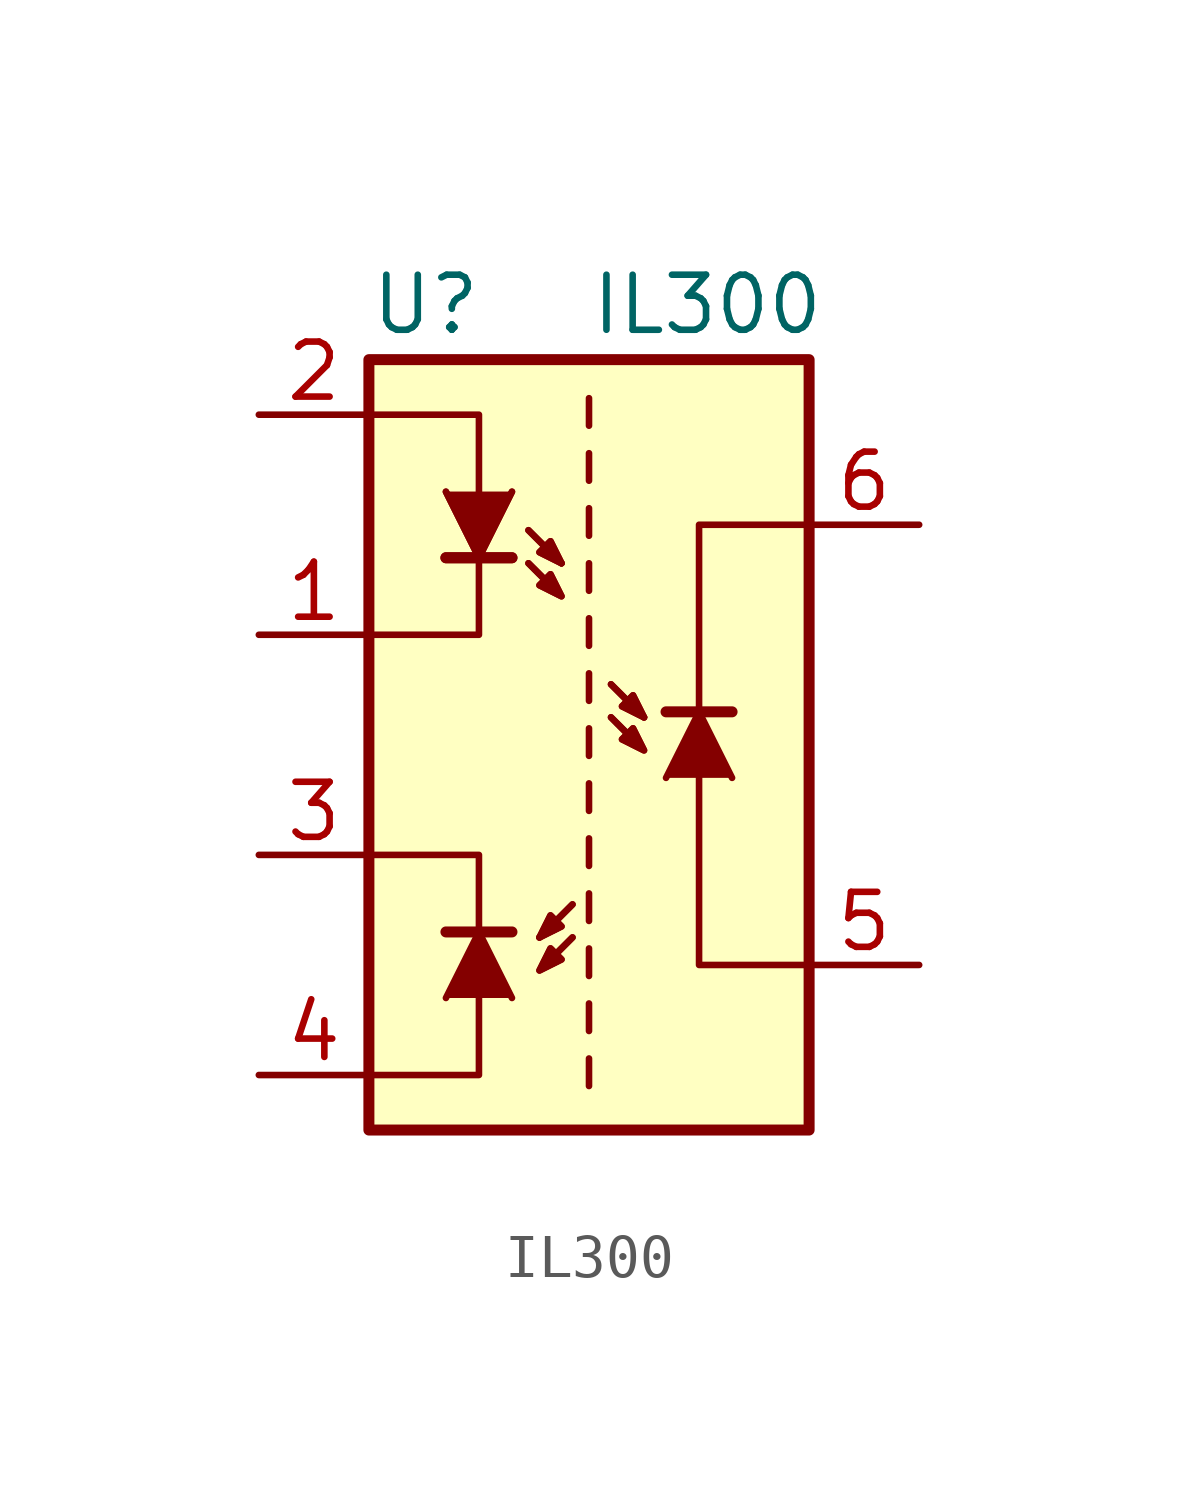
<source format=kicad_sym>
(kicad_symbol_lib
  (version 20220914)
  (generator kicad_symbol_editor)
  (symbol "IL300"
    (pin_names
      (offset 1.016))
    (property "Reference" "U"
      (at -5.08 10.16 0)
      (effects (font (size 1.27 1.27)) (justify left)))
    (property "Value" "IL300"
      (at 0 10.16 0)
      (effects (font (size 1.27 1.27)) (justify left)))
    (symbol "IL300_0_1"
      (rectangle (start -5.08 8.89) (end 5.08 -8.89) (stroke (width 0.254) (type default)) (fill (type background)))
      (polyline (pts (xy -3.302 -4.318) (xy -1.778 -4.318)) (stroke (width 0.254) (type default)) (fill (type none)))
      (polyline (pts (xy -1.778 4.318) (xy -3.302 4.318)) (stroke (width 0.254) (type default)) (fill (type none)))
      (polyline (pts (xy -1.778 4.318) (xy -3.302 4.318)) (stroke (width 0.254) (type default)) (fill (type none)))
      (polyline (pts (xy 0 -7.239) (xy 0 -7.874)) (stroke (width 0) (type default)) (fill (type none)))
      (polyline (pts (xy 0 -5.969) (xy 0 -6.604)) (stroke (width 0) (type default)) (fill (type none)))
      (polyline (pts (xy 0 -4.699) (xy 0 -5.334)) (stroke (width 0) (type default)) (fill (type none)))
      (polyline (pts (xy 0 -3.429) (xy 0 -4.064)) (stroke (width 0) (type default)) (fill (type none)))
      (polyline (pts (xy 0 -2.159) (xy 0 -2.794)) (stroke (width 0) (type default)) (fill (type none)))
      (polyline (pts (xy 0 -0.889) (xy 0 -1.524)) (stroke (width 0) (type default)) (fill (type none)))
      (polyline (pts (xy 0 0.381) (xy 0 -0.254)) (stroke (width 0) (type default)) (fill (type none)))
      (polyline (pts (xy 0 1.651) (xy 0 1.016)) (stroke (width 0) (type default)) (fill (type none)))
      (polyline (pts (xy 0 2.921) (xy 0 2.286)) (stroke (width 0) (type default)) (fill (type none)))
      (polyline (pts (xy 0 4.191) (xy 0 3.556)) (stroke (width 0) (type default)) (fill (type none)))
      (polyline (pts (xy 0 5.461) (xy 0 4.826)) (stroke (width 0) (type default)) (fill (type none)))
      (polyline (pts (xy 0 6.731) (xy 0 6.096)) (stroke (width 0) (type default)) (fill (type none)))
      (polyline (pts (xy 0 8.001) (xy 0 7.366)) (stroke (width 0) (type default)) (fill (type none)))
      (polyline (pts (xy 1.778 0.762) (xy 3.302 0.762)) (stroke (width 0.254) (type default)) (fill (type none)))
      (polyline (pts (xy -3.302 -5.842) (xy -2.54 -4.318) (xy -1.778 -5.842)) (stroke (width 0) (type default)) (fill (type outline)))
      (polyline (pts (xy -1.778 5.842) (xy -2.54 4.318) (xy -3.302 5.842)) (stroke (width 0) (type default)) (fill (type outline)))
      (polyline (pts (xy -1.778 5.842) (xy -2.54 4.318) (xy -3.302 5.842)) (stroke (width 0) (type default)) (fill (type outline)))
      (polyline (pts (xy -1.397 4.953) (xy -0.635 4.191) (xy -0.635 4.191)) (stroke (width 0) (type default)) (fill (type none)))
      (polyline (pts (xy -1.397 4.953) (xy -0.635 4.191) (xy -0.635 4.191)) (stroke (width 0) (type default)) (fill (type none)))
      (polyline (pts (xy -0.381 -3.683) (xy -1.143 -4.445) (xy -1.143 -4.445)) (stroke (width 0) (type default)) (fill (type none)))
      (polyline (pts (xy -0.381 -3.683) (xy -1.143 -4.445) (xy -1.143 -4.445)) (stroke (width 0) (type default)) (fill (type none)))
      (polyline (pts (xy 0.508 1.397) (xy 1.27 0.635) (xy 1.27 0.635)) (stroke (width 0) (type default)) (fill (type none)))
      (polyline (pts (xy 0.508 1.397) (xy 1.27 0.635) (xy 1.27 0.635)) (stroke (width 0) (type default)) (fill (type none)))
      (polyline (pts (xy 1.778 -0.762) (xy 2.54 0.762) (xy 3.302 -0.762)) (stroke (width 0) (type default)) (fill (type outline)))
      (polyline (pts (xy -5.08 -2.54) (xy -2.54 -2.54) (xy -2.54 -7.62) (xy -5.08 -7.62)) (stroke (width 0) (type default)) (fill (type none)))
      (polyline (pts (xy -5.08 7.62) (xy -2.54 7.62) (xy -2.54 2.54) (xy -5.08 2.54)) (stroke (width 0) (type default)) (fill (type none)))
      (polyline (pts (xy 5.08 5.08) (xy 2.54 5.08) (xy 2.54 -5.08) (xy 5.08 -5.08)) (stroke (width 0) (type default)) (fill (type none)))
      (polyline (pts (xy -1.143 -4.445) (xy -0.889 -3.937) (xy -0.635 -4.191) (xy -1.143 -4.445) (xy -1.143 -4.445)) (stroke (width 0) (type default)) (fill (type none)))
      (polyline (pts (xy -1.143 -4.445) (xy -0.889 -3.937) (xy -0.635 -4.191) (xy -1.143 -4.445) (xy -1.143 -4.445)) (stroke (width 0) (type default)) (fill (type none)))
      (polyline (pts (xy -0.635 4.191) (xy -0.889 4.699) (xy -1.143 4.445) (xy -0.635 4.191) (xy -0.635 4.191)) (stroke (width 0) (type default)) (fill (type none)))
      (polyline (pts (xy -0.635 4.191) (xy -0.889 4.699) (xy -1.143 4.445) (xy -0.635 4.191) (xy -0.635 4.191)) (stroke (width 0) (type default)) (fill (type none)))
      (polyline (pts (xy 1.27 0.635) (xy 1.016 1.143) (xy 0.762 0.889) (xy 1.27 0.635) (xy 1.27 0.635)) (stroke (width 0) (type default)) (fill (type none)))
      (polyline (pts (xy 1.27 0.635) (xy 1.016 1.143) (xy 0.762 0.889) (xy 1.27 0.635) (xy 1.27 0.635)) (stroke (width 0) (type default)) (fill (type none)))
      (polyline (pts (xy -1.397 4.191) (xy -0.635 3.429) (xy -0.889 3.937) (xy -1.143 3.683) (xy -0.635 3.429) (xy -0.635 3.429)) (stroke (width 0) (type default)) (fill (type none)))
      (polyline (pts (xy -1.397 4.191) (xy -0.635 3.429) (xy -0.889 3.937) (xy -1.143 3.683) (xy -0.635 3.429) (xy -0.635 3.429)) (stroke (width 0) (type default)) (fill (type none)))
      (polyline (pts (xy -0.381 -4.445) (xy -1.143 -5.207) (xy -0.889 -4.699) (xy -0.635 -4.953) (xy -1.143 -5.207) (xy -1.143 -5.207)) (stroke (width 0) (type default)) (fill (type none)))
      (polyline (pts (xy -0.381 -4.445) (xy -1.143 -5.207) (xy -0.889 -4.699) (xy -0.635 -4.953) (xy -1.143 -5.207) (xy -1.143 -5.207)) (stroke (width 0) (type default)) (fill (type none)))
      (polyline (pts (xy 0.508 0.635) (xy 1.27 -0.127) (xy 1.016 0.381) (xy 0.762 0.127) (xy 1.27 -0.127) (xy 1.27 -0.127)) (stroke (width 0) (type default)) (fill (type none)))
      (polyline (pts (xy 0.508 0.635) (xy 1.27 -0.127) (xy 1.016 0.381) (xy 0.762 0.127) (xy 1.27 -0.127) (xy 1.27 -0.127)) (stroke (width 0) (type default)) (fill (type none))))
    (symbol "IL300_1_1"
      (pin passive line (at -7.62 2.54 0) (length 2.54) (name "~" (effects (font (size 1.27 1.27)))) (number "1" (effects (font (size 1.27 1.27)))))
      (pin passive line (at -7.62 7.62 0) (length 2.54) (name "~" (effects (font (size 1.27 1.27)))) (number "2" (effects (font (size 1.27 1.27)))))
      (pin passive line (at -7.62 -2.54 0) (length 2.54) (name "~" (effects (font (size 1.27 1.27)))) (number "3" (effects (font (size 1.27 1.27)))))
      (pin passive line (at -7.62 -7.62 0) (length 2.54) (name "~" (effects (font (size 1.27 1.27)))) (number "4" (effects (font (size 1.27 1.27)))))
      (pin passive line (at 7.62 -5.08 180) (length 2.54) (name "~" (effects (font (size 1.27 1.27)))) (number "5" (effects (font (size 1.27 1.27)))))
      (pin passive line (at 7.62 5.08 180) (length 2.54) (name "~" (effects (font (size 1.27 1.27)))) (number "6" (effects (font (size 1.27 1.27)))))
      (pin no_connect line (at 5.08 2.54 180) (length 2.54) hide (name "NC" (effects (font (size 1.27 1.27)))) (number "7" (effects (font (size 1.27 1.27)))))
      (pin no_connect line (at 5.08 0 180) (length 2.54) hide (name "NC" (effects (font (size 1.27 1.27)))) (number "8" (effects (font (size 1.27 1.27))))))))
</source>
